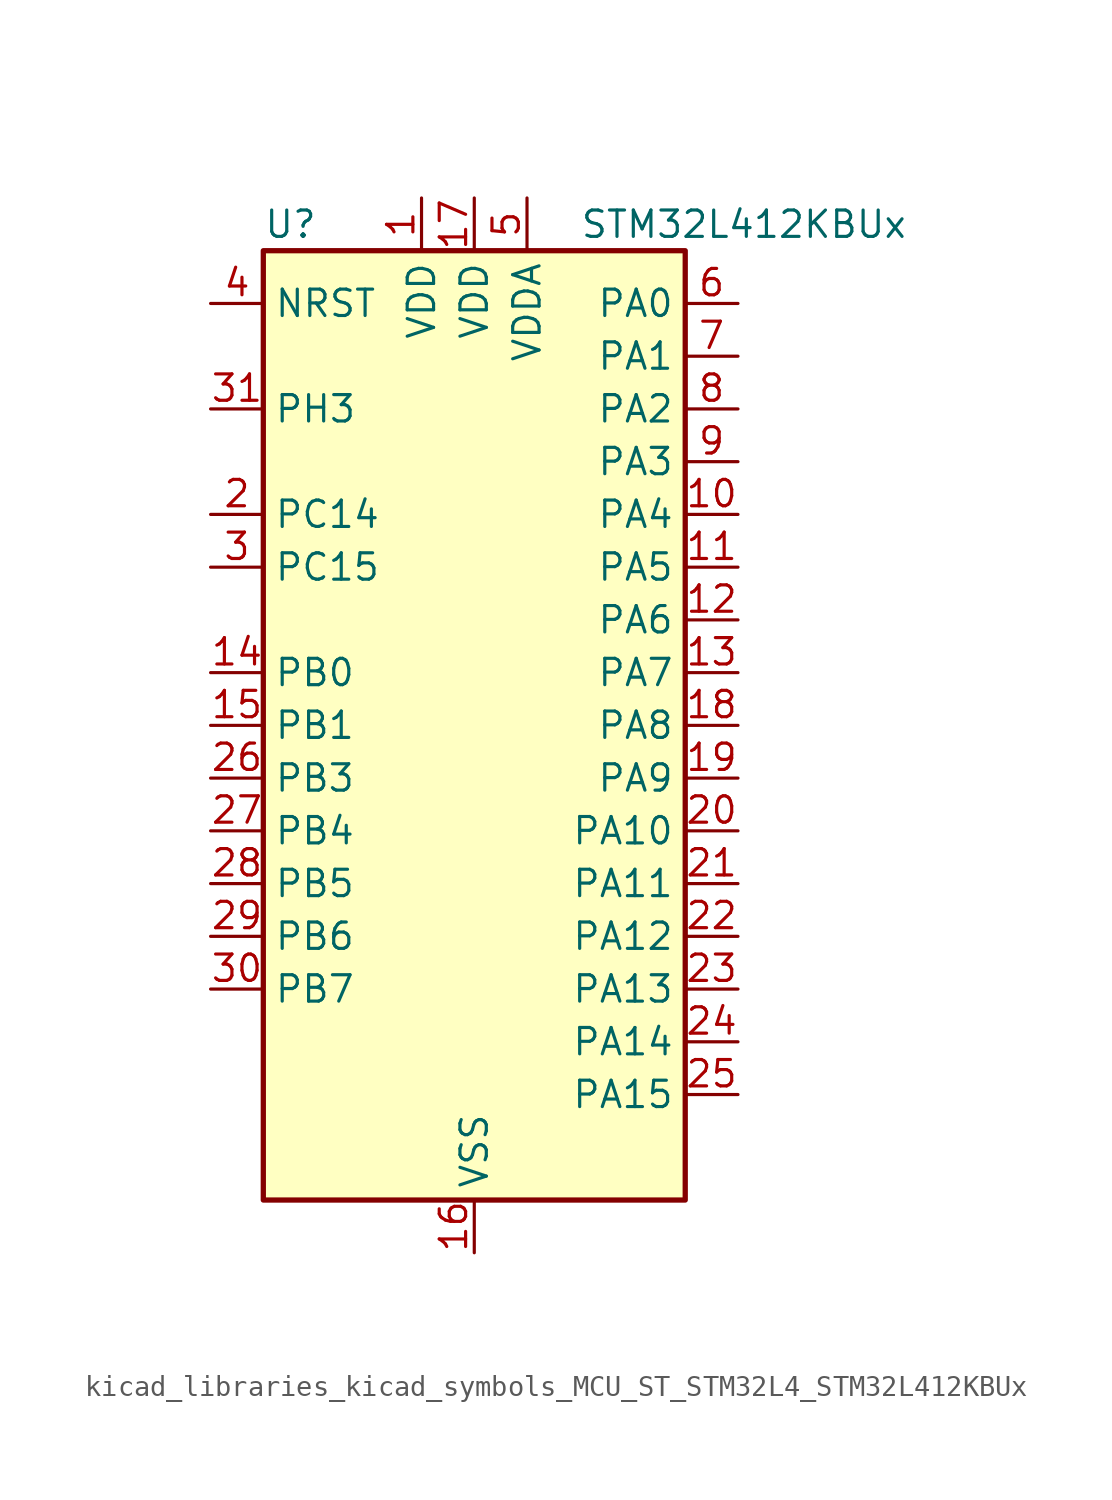
<source format=kicad_sym>
(kicad_symbol_lib
  (version 20220914)
  (generator kicad_symbol_editor)
  (symbol "kicad_libraries_kicad_symbols_MCU_ST_STM32L4_STM32L412KBUx"
    (property "Reference" "U"
      (at -10.16 24.13 0)
      (effects (font (size 1.27 1.27)) (justify left)))
    (property "Value" "STM32L412KBUx"
      (at 5.08 24.13 0)
      (effects (font (size 1.27 1.27)) (justify left)))
    (property "ki_locked" ""
      (at 0 0 0)
      (effects (font (size 1.27 1.27))))
    (symbol "kicad_libraries_kicad_symbols_MCU_ST_STM32L4_STM32L412KBUx_0_1"
      (rectangle (start -10.16 -22.86) (end 10.16 22.86) (stroke (width 0.254) (type default)) (fill (type background))))
    (symbol "kicad_libraries_kicad_symbols_MCU_ST_STM32L4_STM32L412KBUx_1_1"
      (pin power_in line (at -2.54 25.4 270) (length 2.54) (name "VDD" (effects (font (size 1.27 1.27)))) (number "1" (effects (font (size 1.27 1.27)))))
      (pin bidirectional line (at 12.7 10.16 180) (length 2.54) (name "PA4" (effects (font (size 1.27 1.27)))) (number "10" (effects (font (size 1.27 1.27)))) (alternate "ADC1_IN9" bidirectional line) (alternate "ADC2_IN9" bidirectional line) (alternate "COMP1_INM" bidirectional line) (alternate "LPTIM2_OUT" bidirectional line) (alternate "SPI1_NSS" bidirectional line) (alternate "USART2_CK" bidirectional line))
      (pin bidirectional line (at 12.7 7.62 180) (length 2.54) (name "PA5" (effects (font (size 1.27 1.27)))) (number "11" (effects (font (size 1.27 1.27)))) (alternate "ADC1_IN10" bidirectional line) (alternate "ADC2_IN10" bidirectional line) (alternate "COMP1_INM" bidirectional line) (alternate "LPTIM2_ETR" bidirectional line) (alternate "SPI1_SCK" bidirectional line) (alternate "TIM2_CH1" bidirectional line) (alternate "TIM2_ETR" bidirectional line))
      (pin bidirectional line (at 12.7 5.08 180) (length 2.54) (name "PA6" (effects (font (size 1.27 1.27)))) (number "12" (effects (font (size 1.27 1.27)))) (alternate "ADC1_IN11" bidirectional line) (alternate "ADC2_IN11" bidirectional line) (alternate "COMP1_OUT" bidirectional line) (alternate "LPUART1_CTS" bidirectional line) (alternate "QUADSPI_BK1_IO3" bidirectional line) (alternate "SPI1_MISO" bidirectional line) (alternate "TIM16_CH1" bidirectional line) (alternate "TIM1_BKIN" bidirectional line))
      (pin bidirectional line (at 12.7 2.54 180) (length 2.54) (name "PA7" (effects (font (size 1.27 1.27)))) (number "13" (effects (font (size 1.27 1.27)))) (alternate "ADC1_IN12" bidirectional line) (alternate "ADC2_IN12" bidirectional line) (alternate "I2C3_SCL" bidirectional line) (alternate "QUADSPI_BK1_IO2" bidirectional line) (alternate "SPI1_MOSI" bidirectional line) (alternate "TIM1_CH1N" bidirectional line))
      (pin bidirectional line (at -12.7 2.54 0) (length 2.54) (name "PB0" (effects (font (size 1.27 1.27)))) (number "14" (effects (font (size 1.27 1.27)))) (alternate "ADC1_IN15" bidirectional line) (alternate "ADC2_IN15" bidirectional line) (alternate "COMP1_OUT" bidirectional line) (alternate "QUADSPI_BK1_IO1" bidirectional line) (alternate "SPI1_NSS" bidirectional line) (alternate "SYS_TRACED0" bidirectional line) (alternate "TIM1_CH2N" bidirectional line))
      (pin bidirectional line (at -12.7 0 0) (length 2.54) (name "PB1" (effects (font (size 1.27 1.27)))) (number "15" (effects (font (size 1.27 1.27)))) (alternate "ADC1_IN16" bidirectional line) (alternate "ADC2_IN16" bidirectional line) (alternate "COMP1_INM" bidirectional line) (alternate "LPTIM2_IN1" bidirectional line) (alternate "LPUART1_DE" bidirectional line) (alternate "LPUART1_RTS" bidirectional line) (alternate "QUADSPI_BK1_IO0" bidirectional line) (alternate "SYS_TRACED1" bidirectional line) (alternate "TIM1_CH3N" bidirectional line))
      (pin power_in line (at 0 -25.4 90) (length 2.54) (name "VSS" (effects (font (size 1.27 1.27)))) (number "16" (effects (font (size 1.27 1.27)))))
      (pin power_in line (at 0 25.4 270) (length 2.54) (name "VDD" (effects (font (size 1.27 1.27)))) (number "17" (effects (font (size 1.27 1.27)))))
      (pin bidirectional line (at 12.7 0 180) (length 2.54) (name "PA8" (effects (font (size 1.27 1.27)))) (number "18" (effects (font (size 1.27 1.27)))) (alternate "LPTIM2_OUT" bidirectional line) (alternate "RCC_MCO" bidirectional line) (alternate "TIM1_CH1" bidirectional line) (alternate "USART1_CK" bidirectional line))
      (pin bidirectional line (at 12.7 -2.54 180) (length 2.54) (name "PA9" (effects (font (size 1.27 1.27)))) (number "19" (effects (font (size 1.27 1.27)))) (alternate "I2C1_SCL" bidirectional line) (alternate "TIM15_BKIN" bidirectional line) (alternate "TIM1_CH2" bidirectional line) (alternate "USART1_TX" bidirectional line))
      (pin bidirectional line (at -12.7 10.16 0) (length 2.54) (name "PC14" (effects (font (size 1.27 1.27)))) (number "2" (effects (font (size 1.27 1.27)))) (alternate "RCC_OSC32_IN" bidirectional line))
      (pin bidirectional line (at 12.7 -5.08 180) (length 2.54) (name "PA10" (effects (font (size 1.27 1.27)))) (number "20" (effects (font (size 1.27 1.27)))) (alternate "CRS_SYNC" bidirectional line) (alternate "I2C1_SDA" bidirectional line) (alternate "TIM1_CH3" bidirectional line) (alternate "USART1_RX" bidirectional line))
      (pin bidirectional line (at 12.7 -7.62 180) (length 2.54) (name "PA11" (effects (font (size 1.27 1.27)))) (number "21" (effects (font (size 1.27 1.27)))) (alternate "ADC1_EXTI11" bidirectional line) (alternate "ADC2_EXTI11" bidirectional line) (alternate "COMP1_OUT" bidirectional line) (alternate "SPI1_MISO" bidirectional line) (alternate "TIM1_BKIN2" bidirectional line) (alternate "TIM1_BKIN2_COMP1" bidirectional line) (alternate "TIM1_CH4" bidirectional line) (alternate "USART1_CTS" bidirectional line) (alternate "USB_DM" bidirectional line))
      (pin bidirectional line (at 12.7 -10.16 180) (length 2.54) (name "PA12" (effects (font (size 1.27 1.27)))) (number "22" (effects (font (size 1.27 1.27)))) (alternate "SPI1_MOSI" bidirectional line) (alternate "TIM1_ETR" bidirectional line) (alternate "USART1_DE" bidirectional line) (alternate "USART1_RTS" bidirectional line) (alternate "USB_DP" bidirectional line))
      (pin bidirectional line (at 12.7 -12.7 180) (length 2.54) (name "PA13" (effects (font (size 1.27 1.27)))) (number "23" (effects (font (size 1.27 1.27)))) (alternate "IR_OUT" bidirectional line) (alternate "SYS_JTMS-SWDIO" bidirectional line) (alternate "USB_NOE" bidirectional line))
      (pin bidirectional line (at 12.7 -15.24 180) (length 2.54) (name "PA14" (effects (font (size 1.27 1.27)))) (number "24" (effects (font (size 1.27 1.27)))) (alternate "I2C1_SMBA" bidirectional line) (alternate "LPTIM1_OUT" bidirectional line) (alternate "SYS_JTCK-SWCLK" bidirectional line))
      (pin bidirectional line (at 12.7 -17.78 180) (length 2.54) (name "PA15" (effects (font (size 1.27 1.27)))) (number "25" (effects (font (size 1.27 1.27)))) (alternate "ADC1_EXTI15" bidirectional line) (alternate "ADC2_EXTI15" bidirectional line) (alternate "SPI1_NSS" bidirectional line) (alternate "SYS_JTDI" bidirectional line) (alternate "TIM2_CH1" bidirectional line) (alternate "TIM2_ETR" bidirectional line) (alternate "USART2_RX" bidirectional line))
      (pin bidirectional line (at -12.7 -2.54 0) (length 2.54) (name "PB3" (effects (font (size 1.27 1.27)))) (number "26" (effects (font (size 1.27 1.27)))) (alternate "SPI1_SCK" bidirectional line) (alternate "SYS_JTDO-SWO" bidirectional line) (alternate "TIM2_CH2" bidirectional line) (alternate "USART1_DE" bidirectional line) (alternate "USART1_RTS" bidirectional line))
      (pin bidirectional line (at -12.7 -5.08 0) (length 2.54) (name "PB4" (effects (font (size 1.27 1.27)))) (number "27" (effects (font (size 1.27 1.27)))) (alternate "I2C3_SDA" bidirectional line) (alternate "SPI1_MISO" bidirectional line) (alternate "SYS_JTRST" bidirectional line) (alternate "TSC_G2_IO1" bidirectional line) (alternate "USART1_CTS" bidirectional line))
      (pin bidirectional line (at -12.7 -7.62 0) (length 2.54) (name "PB5" (effects (font (size 1.27 1.27)))) (number "28" (effects (font (size 1.27 1.27)))) (alternate "I2C1_SMBA" bidirectional line) (alternate "LPTIM1_IN1" bidirectional line) (alternate "SPI1_MOSI" bidirectional line) (alternate "SYS_TRACED2" bidirectional line) (alternate "TIM16_BKIN" bidirectional line) (alternate "TSC_G2_IO2" bidirectional line) (alternate "USART1_CK" bidirectional line))
      (pin bidirectional line (at -12.7 -10.16 0) (length 2.54) (name "PB6" (effects (font (size 1.27 1.27)))) (number "29" (effects (font (size 1.27 1.27)))) (alternate "I2C1_SCL" bidirectional line) (alternate "LPTIM1_ETR" bidirectional line) (alternate "SYS_TRACED3" bidirectional line) (alternate "TIM16_CH1N" bidirectional line) (alternate "TSC_G2_IO3" bidirectional line) (alternate "USART1_TX" bidirectional line))
      (pin bidirectional line (at -12.7 7.62 0) (length 2.54) (name "PC15" (effects (font (size 1.27 1.27)))) (number "3" (effects (font (size 1.27 1.27)))) (alternate "ADC1_EXTI15" bidirectional line) (alternate "ADC2_EXTI15" bidirectional line) (alternate "RCC_OSC32_OUT" bidirectional line))
      (pin bidirectional line (at -12.7 -12.7 0) (length 2.54) (name "PB7" (effects (font (size 1.27 1.27)))) (number "30" (effects (font (size 1.27 1.27)))) (alternate "I2C1_SDA" bidirectional line) (alternate "LPTIM1_IN2" bidirectional line) (alternate "SYS_PVD_IN" bidirectional line) (alternate "SYS_TRACECLK" bidirectional line) (alternate "TSC_G2_IO4" bidirectional line) (alternate "USART1_RX" bidirectional line))
      (pin bidirectional line (at -12.7 15.24 0) (length 2.54) (name "PH3" (effects (font (size 1.27 1.27)))) (number "31" (effects (font (size 1.27 1.27)))))
      (pin passive line (at 0 -25.4 90) (length 2.54) hide (name "VSS" (effects (font (size 1.27 1.27)))) (number "32" (effects (font (size 1.27 1.27)))))
      (pin passive line (at 0 -25.4 90) (length 2.54) hide (name "VSS" (effects (font (size 1.27 1.27)))) (number "33" (effects (font (size 1.27 1.27)))))
      (pin input line (at -12.7 20.32 0) (length 2.54) (name "NRST" (effects (font (size 1.27 1.27)))) (number "4" (effects (font (size 1.27 1.27)))))
      (pin power_in line (at 2.54 25.4 270) (length 2.54) (name "VDDA" (effects (font (size 1.27 1.27)))) (number "5" (effects (font (size 1.27 1.27)))))
      (pin bidirectional line (at 12.7 20.32 180) (length 2.54) (name "PA0" (effects (font (size 1.27 1.27)))) (number "6" (effects (font (size 1.27 1.27)))) (alternate "ADC1_IN5" bidirectional line) (alternate "COMP1_INM" bidirectional line) (alternate "COMP1_OUT" bidirectional line) (alternate "OPAMP1_VINP" bidirectional line) (alternate "RCC_CK_IN" bidirectional line) (alternate "RTC_TAMP2" bidirectional line) (alternate "SYS_WKUP1" bidirectional line) (alternate "TIM2_CH1" bidirectional line) (alternate "TIM2_ETR" bidirectional line) (alternate "USART2_CTS" bidirectional line))
      (pin bidirectional line (at 12.7 17.78 180) (length 2.54) (name "PA1" (effects (font (size 1.27 1.27)))) (number "7" (effects (font (size 1.27 1.27)))) (alternate "ADC1_IN6" bidirectional line) (alternate "COMP1_INP" bidirectional line) (alternate "I2C1_SMBA" bidirectional line) (alternate "OPAMP1_VINM" bidirectional line) (alternate "SPI1_SCK" bidirectional line) (alternate "TIM15_CH1N" bidirectional line) (alternate "TIM2_CH2" bidirectional line) (alternate "USART2_DE" bidirectional line) (alternate "USART2_RTS" bidirectional line))
      (pin bidirectional line (at 12.7 15.24 180) (length 2.54) (name "PA2" (effects (font (size 1.27 1.27)))) (number "8" (effects (font (size 1.27 1.27)))) (alternate "ADC1_IN7" bidirectional line) (alternate "ADC2_IN7" bidirectional line) (alternate "LPUART1_TX" bidirectional line) (alternate "QUADSPI_BK1_NCS" bidirectional line) (alternate "RCC_LSCO" bidirectional line) (alternate "SYS_WKUP4" bidirectional line) (alternate "TIM15_CH1" bidirectional line) (alternate "TIM2_CH3" bidirectional line) (alternate "USART2_TX" bidirectional line))
      (pin bidirectional line (at 12.7 12.7 180) (length 2.54) (name "PA3" (effects (font (size 1.27 1.27)))) (number "9" (effects (font (size 1.27 1.27)))) (alternate "ADC1_IN8" bidirectional line) (alternate "ADC2_IN8" bidirectional line) (alternate "LPUART1_RX" bidirectional line) (alternate "OPAMP1_VOUT" bidirectional line) (alternate "QUADSPI_CLK" bidirectional line) (alternate "TIM15_CH2" bidirectional line) (alternate "TIM2_CH4" bidirectional line) (alternate "USART2_RX" bidirectional line)))))
</source>
